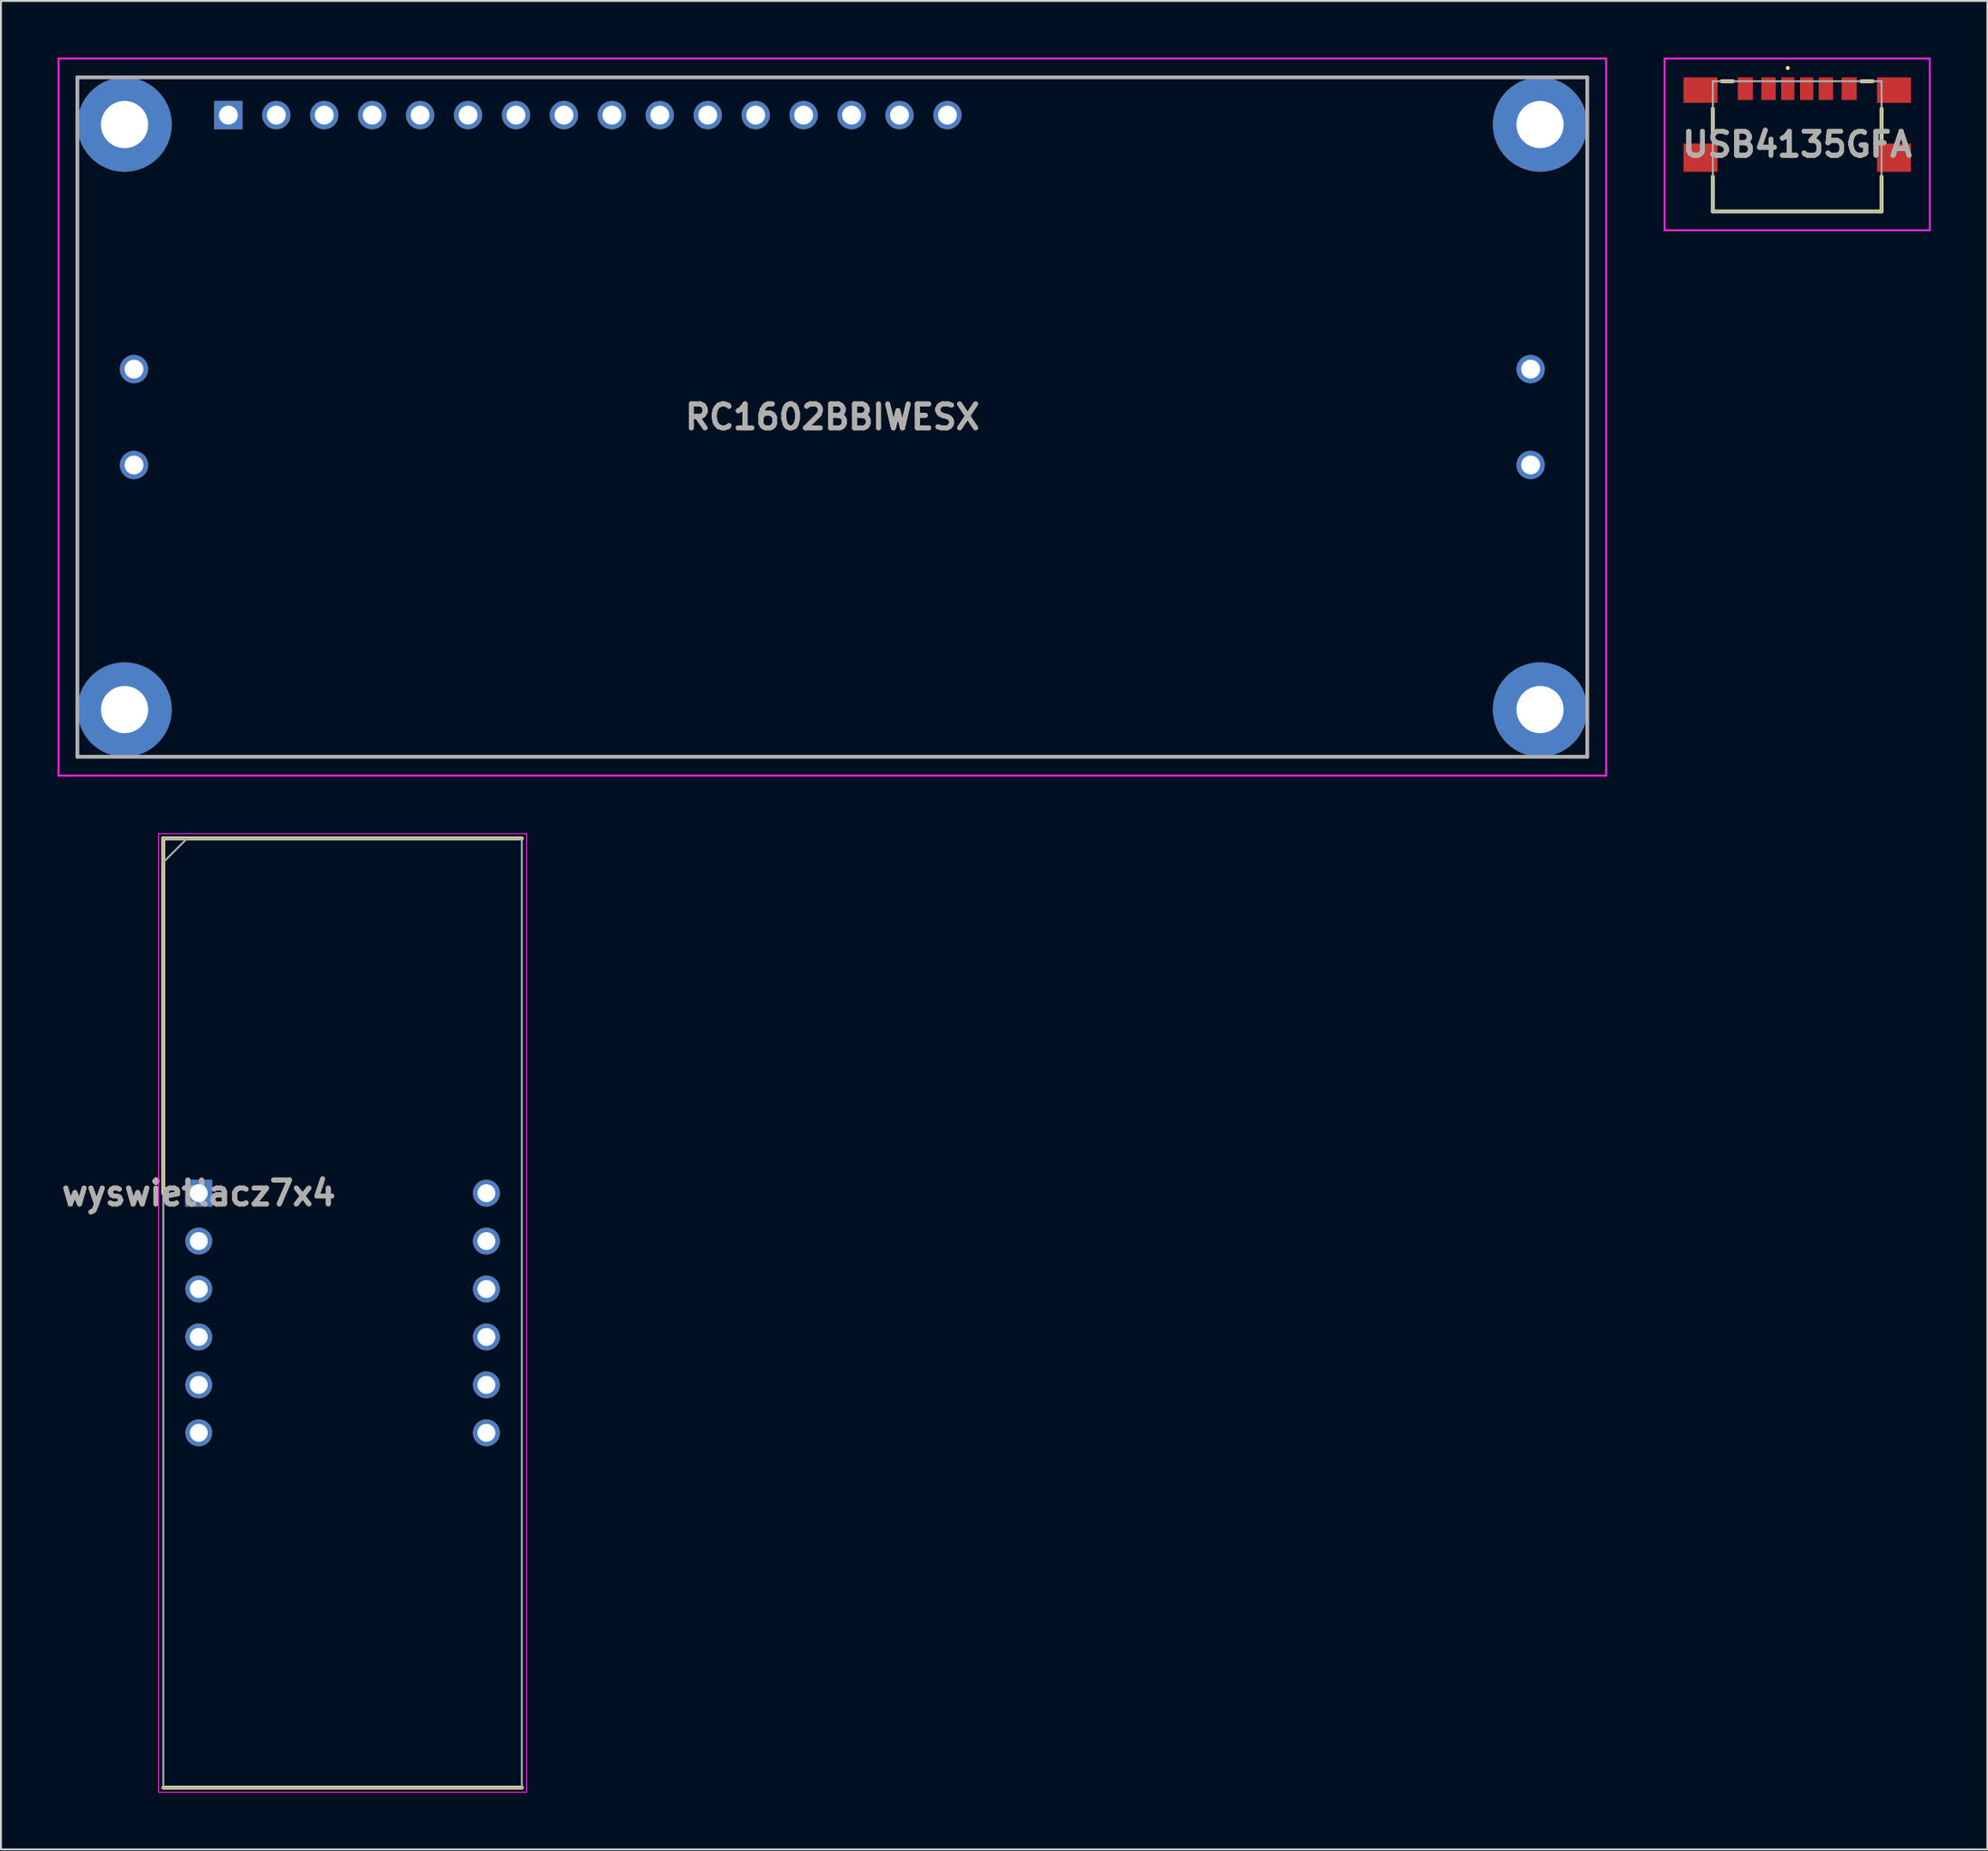
<source format=kicad_pcb>
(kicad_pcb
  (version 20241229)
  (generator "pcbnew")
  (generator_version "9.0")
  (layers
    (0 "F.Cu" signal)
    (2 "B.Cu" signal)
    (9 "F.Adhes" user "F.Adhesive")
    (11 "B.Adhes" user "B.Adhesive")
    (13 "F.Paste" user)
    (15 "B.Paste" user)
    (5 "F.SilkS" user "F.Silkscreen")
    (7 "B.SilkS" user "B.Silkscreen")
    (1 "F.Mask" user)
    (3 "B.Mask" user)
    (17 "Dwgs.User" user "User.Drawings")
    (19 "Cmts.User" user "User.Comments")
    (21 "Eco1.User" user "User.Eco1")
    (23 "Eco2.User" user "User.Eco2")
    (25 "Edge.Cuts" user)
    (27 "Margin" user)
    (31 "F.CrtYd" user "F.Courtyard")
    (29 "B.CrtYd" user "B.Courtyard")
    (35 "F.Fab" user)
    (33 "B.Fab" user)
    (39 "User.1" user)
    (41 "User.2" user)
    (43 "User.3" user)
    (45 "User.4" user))
  (footprint "USB4135GFA"
    (layer "F.Cu")
    (at 92.175 4.705)
    (property "Reference" "USB4135GFA" (at 0 -0.102 0) (layer "F.SilkS") (effects (font (size 1.27 1.27) (thickness 0.254))))
    (attr smd)
    (fp_line (start -4.47 -2) (end -4.47 -0.4) (stroke (width 0.2) (type solid)) (layer "F.SilkS"))
    (fp_line (start -4.47 1.6) (end -4.47 3.45) (stroke (width 0.2) (type solid)) (layer "F.SilkS"))
    (fp_line (start -4.47 3.45) (end 4.47 3.45) (stroke (width 0.2) (type solid)) (layer "F.SilkS"))
    (fp_line (start -3.4 -3.45) (end -4 -3.45) (stroke (width 0.2) (type solid)) (layer "F.SilkS"))
    (fp_line (start -0.5 -4.2) (end -0.5 -4.2) (stroke (width 0.1) (type solid)) (layer "F.SilkS"))
    (fp_line (start -0.5 -4.1) (end -0.5 -4.1) (stroke (width 0.1) (type solid)) (layer "F.SilkS"))
    (fp_line (start 3.4 -3.45) (end 4 -3.45) (stroke (width 0.2) (type solid)) (layer "F.SilkS"))
    (fp_line (start 4.47 -0.4) (end 4.47 -2) (stroke (width 0.2) (type solid)) (layer "F.SilkS"))
    (fp_line (start 4.47 3.45) (end 4.47 1.6) (stroke (width 0.2) (type solid)) (layer "F.SilkS"))
    (fp_arc (start -0.5 -4.2) (mid -0.45 -4.15) (end -0.5 -4.1) (stroke (width 0.1) (type solid)) (layer "F.SilkS"))
    (fp_arc (start -0.5 -4.1) (mid -0.55 -4.15) (end -0.5 -4.2) (stroke (width 0.1) (type solid)) (layer "F.SilkS"))
    (fp_line (start -7.025 -4.655) (end 7.025 -4.655) (stroke (width 0.1) (type solid)) (layer "F.CrtYd"))
    (fp_line (start -7.025 4.45) (end -7.025 -4.655) (stroke (width 0.1) (type solid)) (layer "F.CrtYd"))
    (fp_line (start 7.025 -4.655) (end 7.025 4.45) (stroke (width 0.1) (type solid)) (layer "F.CrtYd"))
    (fp_line (start 7.025 4.45) (end -7.025 4.45) (stroke (width 0.1) (type solid)) (layer "F.CrtYd"))
    (fp_line (start -4.47 -3.45) (end -4.47 3.45) (stroke (width 0.1) (type solid)) (layer "F.Fab"))
    (fp_line (start -4.47 3.45) (end 4.47 3.45) (stroke (width 0.1) (type solid)) (layer "F.Fab"))
    (fp_line (start 4.47 -3.45) (end -4.47 -3.45) (stroke (width 0.1) (type solid)) (layer "F.Fab"))
    (fp_line (start 4.47 3.45) (end 4.47 -3.45) (stroke (width 0.1) (type solid)) (layer "F.Fab"))
    (fp_text user "${REFERENCE}" (at 0 -0.102 0) (layer "F.Fab") (effects (font (size 1.27 1.27) (thickness 0.254))))
    (pad "A5" smd rect (at -0.5 -3.055) (size 0.7 1.2) (layers "F.Cu" "F.Mask" "F.Paste"))
    (pad "A9" smd rect (at 1.52 -3.055) (size 0.76 1.2) (layers "F.Cu" "F.Mask" "F.Paste"))
    (pad "A12" smd rect (at 2.75 -3.055) (size 0.8 1.2) (layers "F.Cu" "F.Mask" "F.Paste"))
    (pad "B5" smd rect (at 0.5 -3.055) (size 0.7 1.2) (layers "F.Cu" "F.Mask" "F.Paste"))
    (pad "B9" smd rect (at -1.52 -3.055) (size 0.76 1.2) (layers "F.Cu" "F.Mask" "F.Paste"))
    (pad "B12" smd rect (at -2.75 -3.055) (size 0.8 1.2) (layers "F.Cu" "F.Mask" "F.Paste"))
    (pad "MP1" smd rect (at -5.125 -2.98 90) (size 1.35 1.8) (layers "F.Cu" "F.Mask" "F.Paste"))
    (pad "MP2" smd rect (at 5.125 -2.98 90) (size 1.35 1.8) (layers "F.Cu" "F.Mask" "F.Paste"))
    (pad "MP3" smd rect (at -5.125 0.6 90) (size 1.5 1.8) (layers "F.Cu" "F.Mask" "F.Paste"))
    (pad "MP4" smd rect (at 5.125 0.6 90) (size 1.5 1.8) (layers "F.Cu" "F.Mask" "F.Paste")))
  (footprint "RC1602BBIWESX"
    (layer "F.Cu")
    (at 9.05 3.05)
    (property "Reference" "RC1602BBIWESX" (at 32 16 0) (layer "F.SilkS") (effects (font (size 1.27 1.27) (thickness 0.254))))
    (attr through_hole)
    (fp_line (start -8 3) (end -8 29) (stroke (width 0.1) (type solid)) (layer "F.SilkS"))
    (fp_line (start -3 34) (end 67 34) (stroke (width 0.1) (type solid)) (layer "F.SilkS"))
    (fp_line (start 67 -2) (end -3 -2) (stroke (width 0.1) (type solid)) (layer "F.SilkS"))
    (fp_line (start 72 29) (end 72 3) (stroke (width 0.1) (type solid)) (layer "F.SilkS"))
    (fp_line (start -9 -3) (end 73 -3) (stroke (width 0.1) (type solid)) (layer "F.CrtYd"))
    (fp_line (start -9 35) (end -9 -3) (stroke (width 0.1) (type solid)) (layer "F.CrtYd"))
    (fp_line (start 73 -3) (end 73 35) (stroke (width 0.1) (type solid)) (layer "F.CrtYd"))
    (fp_line (start 73 35) (end -9 35) (stroke (width 0.1) (type solid)) (layer "F.CrtYd"))
    (fp_line (start -8 -2) (end 72 -2) (stroke (width 0.2) (type solid)) (layer "F.Fab"))
    (fp_line (start -8 34) (end -8 -2) (stroke (width 0.2) (type solid)) (layer "F.Fab"))
    (fp_line (start 72 -2) (end 72 34) (stroke (width 0.2) (type solid)) (layer "F.Fab"))
    (fp_line (start 72 34) (end -8 34) (stroke (width 0.2) (type solid)) (layer "F.Fab"))
    (fp_text user "${REFERENCE}" (at 32 16 0) (layer "F.Fab") (effects (font (size 1.27 1.27) (thickness 0.254))))
    (pad "1" thru_hole rect (at 0 0) (size 1.5 1.5) (drill 1) (layers "*.Cu" "*.Mask"))
    (pad "2" thru_hole circle (at 2.54 0) (size 1.5 1.5) (drill 1) (layers "*.Cu" "*.Mask"))
    (pad "3" thru_hole circle (at 5.08 0) (size 1.5 1.5) (drill 1) (layers "*.Cu" "*.Mask"))
    (pad "4" thru_hole circle (at 7.62 0) (size 1.5 1.5) (drill 1) (layers "*.Cu" "*.Mask"))
    (pad "5" thru_hole circle (at 10.16 0) (size 1.5 1.5) (drill 1) (layers "*.Cu" "*.Mask"))
    (pad "6" thru_hole circle (at 12.7 0) (size 1.5 1.5) (drill 1) (layers "*.Cu" "*.Mask"))
    (pad "7" thru_hole circle (at 15.24 0) (size 1.5 1.5) (drill 1) (layers "*.Cu" "*.Mask"))
    (pad "8" thru_hole circle (at 17.78 0) (size 1.5 1.5) (drill 1) (layers "*.Cu" "*.Mask"))
    (pad "9" thru_hole circle (at 20.32 0) (size 1.5 1.5) (drill 1) (layers "*.Cu" "*.Mask"))
    (pad "10" thru_hole circle (at 22.86 0) (size 1.5 1.5) (drill 1) (layers "*.Cu" "*.Mask"))
    (pad "11" thru_hole circle (at 25.4 0) (size 1.5 1.5) (drill 1) (layers "*.Cu" "*.Mask"))
    (pad "12" thru_hole circle (at 27.94 0) (size 1.5 1.5) (drill 1) (layers "*.Cu" "*.Mask"))
    (pad "13" thru_hole circle (at 30.48 0) (size 1.5 1.5) (drill 1) (layers "*.Cu" "*.Mask"))
    (pad "14" thru_hole circle (at 33.02 0) (size 1.5 1.5) (drill 1) (layers "*.Cu" "*.Mask"))
    (pad "15" thru_hole circle (at 35.56 0) (size 1.5 1.5) (drill 1) (layers "*.Cu" "*.Mask"))
    (pad "16" thru_hole circle (at 38.1 0) (size 1.5 1.5) (drill 1) (layers "*.Cu" "*.Mask"))
    (pad "A1" thru_hole circle (at -5 18.54) (size 1.5 1.5) (drill 1) (layers "*.Cu" "*.Mask"))
    (pad "A2" thru_hole circle (at 69 13.46) (size 1.5 1.5) (drill 1) (layers "*.Cu" "*.Mask"))
    (pad "K1" thru_hole circle (at -5 13.46) (size 1.5 1.5) (drill 1) (layers "*.Cu" "*.Mask"))
    (pad "K2" thru_hole circle (at 69 18.54) (size 1.5 1.5) (drill 1) (layers "*.Cu" "*.Mask"))
    (pad "MH1" thru_hole circle (at -5.5 0.5) (size 5 5) (drill 2.5) (layers "*.Cu" "*.Mask"))
    (pad "MH2" thru_hole circle (at 69.5 0.5) (size 5 5) (drill 2.5) (layers "*.Cu" "*.Mask"))
    (pad "MH3" thru_hole circle (at 69.5 31.5) (size 5 5) (drill 2.5) (layers "*.Cu" "*.Mask"))
    (pad "MH4" thru_hole circle (at -5.5 31.5) (size 5 5) (drill 2.5) (layers "*.Cu" "*.Mask")))
  (footprint "wyswietlacz7x4"
    (layer "F.Cu")
    (at 7.481 60.175)
    (property "Reference" "wyswietlacz7x4" (at 0 0 0) (layer "F.SilkS") (effects (font (size 1.27 1.27) (thickness 0.254))))
    (attr through_hole)
    (fp_line (start -1.88 -18.8) (end -1.88 0) (stroke (width 0.2) (type solid)) (layer "F.SilkS"))
    (fp_line (start -1.88 31.5) (end 17.12 31.5) (stroke (width 0.2) (type solid)) (layer "F.SilkS"))
    (fp_line (start 17.12 -18.8) (end -1.88 -18.8) (stroke (width 0.2) (type solid)) (layer "F.SilkS"))
    (fp_line (start -2.13 -19.05) (end 17.37 -19.05) (stroke (width 0.05) (type solid)) (layer "F.CrtYd"))
    (fp_line (start -2.13 31.75) (end -2.13 -19.05) (stroke (width 0.05) (type solid)) (layer "F.CrtYd"))
    (fp_line (start 17.37 -19.05) (end 17.37 31.75) (stroke (width 0.05) (type solid)) (layer "F.CrtYd"))
    (fp_line (start 17.37 31.75) (end -2.13 31.75) (stroke (width 0.05) (type solid)) (layer "F.CrtYd"))
    (fp_line (start -1.88 -18.8) (end 17.12 -18.8) (stroke (width 0.1) (type solid)) (layer "F.Fab"))
    (fp_line (start -1.88 -17.53) (end -0.61 -18.8) (stroke (width 0.1) (type solid)) (layer "F.Fab"))
    (fp_line (start -1.88 31.5) (end -1.88 -18.8) (stroke (width 0.1) (type solid)) (layer "F.Fab"))
    (fp_line (start 17.12 -18.8) (end 17.12 31.5) (stroke (width 0.1) (type solid)) (layer "F.Fab"))
    (fp_line (start 17.12 31.5) (end -1.88 31.5) (stroke (width 0.1) (type solid)) (layer "F.Fab"))
    (fp_text user "${REFERENCE}" (at 0 0 0) (layer "F.Fab") (effects (font (size 1.27 1.27) (thickness 0.254))))
    (pad "1" thru_hole rect (at 0 0) (size 1.425 1.425) (drill 0.95) (layers "*.Cu" "*.Mask"))
    (pad "2" thru_hole circle (at 0 2.54) (size 1.425 1.425) (drill 0.95) (layers "*.Cu" "*.Mask"))
    (pad "3" thru_hole circle (at 0 5.08) (size 1.425 1.425) (drill 0.95) (layers "*.Cu" "*.Mask"))
    (pad "4" thru_hole circle (at 0 7.62) (size 1.425 1.425) (drill 0.95) (layers "*.Cu" "*.Mask"))
    (pad "5" thru_hole circle (at 0 10.16) (size 1.425 1.425) (drill 0.95) (layers "*.Cu" "*.Mask"))
    (pad "6" thru_hole circle (at 0 12.7) (size 1.425 1.425) (drill 0.95) (layers "*.Cu" "*.Mask"))
    (pad "7" thru_hole circle (at 15.24 12.7) (size 1.425 1.425) (drill 0.95) (layers "*.Cu" "*.Mask"))
    (pad "8" thru_hole circle (at 15.24 10.16) (size 1.425 1.425) (drill 0.95) (layers "*.Cu" "*.Mask"))
    (pad "9" thru_hole circle (at 15.24 7.62) (size 1.425 1.425) (drill 0.95) (layers "*.Cu" "*.Mask"))
    (pad "10" thru_hole circle (at 15.24 5.08) (size 1.425 1.425) (drill 0.95) (layers "*.Cu" "*.Mask"))
    (pad "11" thru_hole circle (at 15.24 2.54) (size 1.425 1.425) (drill 0.95) (layers "*.Cu" "*.Mask"))
    (pad "12" thru_hole circle (at 15.24 0) (size 1.425 1.425) (drill 0.95) (layers "*.Cu" "*.Mask")))
  (gr_rect
    (start -3 -3)
    (end 102.25 94.95)
    (stroke (width 0.1) (type default))
    (fill no)
    (layer "Edge.Cuts")))
</source>
